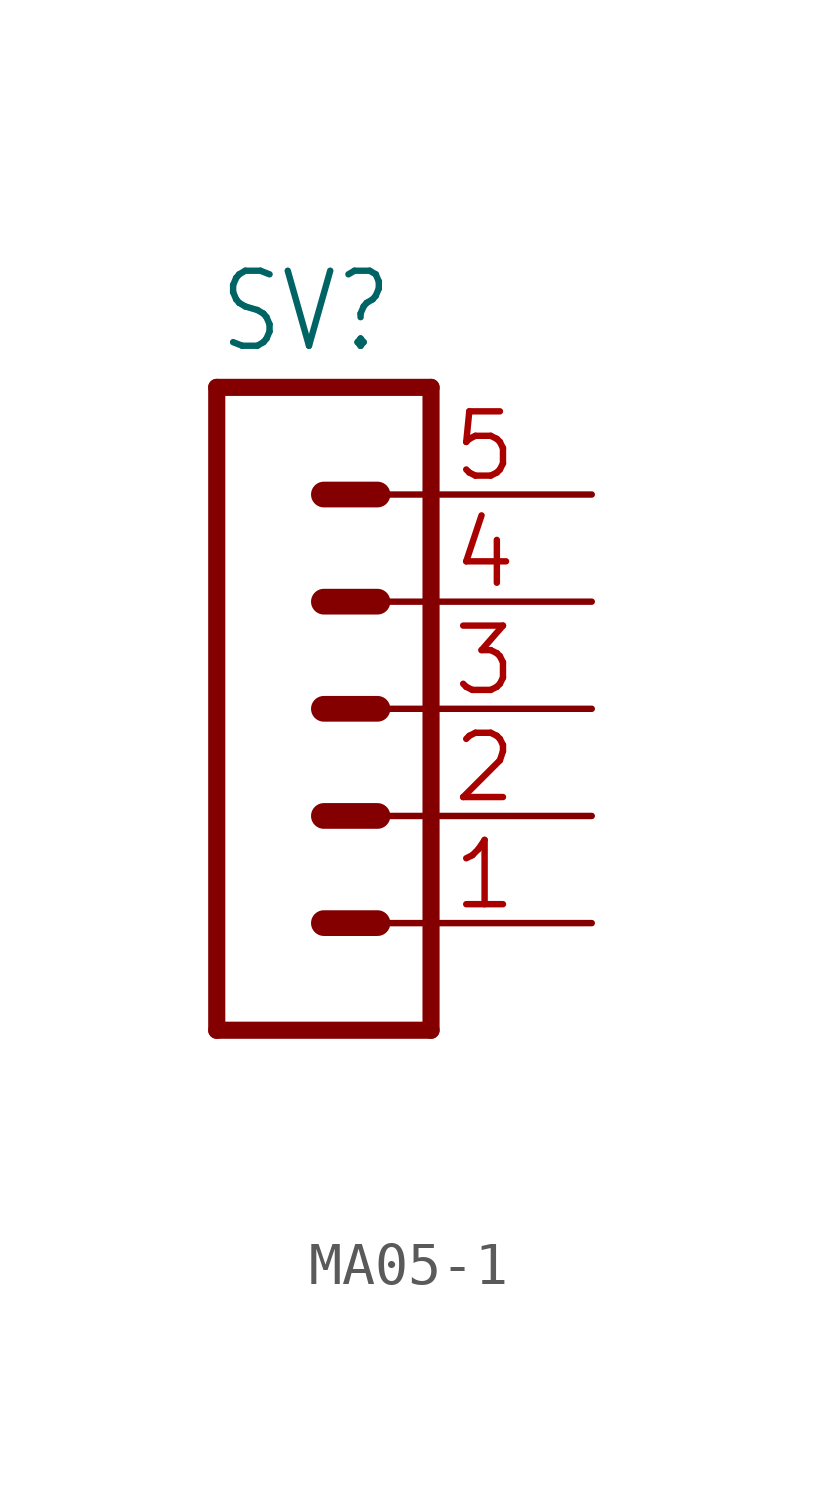
<source format=kicad_sym>
(kicad_symbol_lib
  (version 20241209)
  (generator "kicad_symbol_editor")
  (generator_version "9.0")
  (symbol "MA05-1"
    (property "Reference" "SV"
      (at -1.27 8.382 0)
      (effects (font (size 1.778 1.511)) (justify left bottom)))
    (property "Value" ""
      (at -1.27 -10.16 0)
      (effects (font (size 1.778 1.511)) (justify left bottom)))
    (property "ki_locked" ""
      (at 0 0 0)
      (effects (font (size 1.27 1.27))))
    (symbol "MA05-1_1_0"
      (polyline (pts (xy -1.27 7.62) (xy -1.27 -7.62)) (stroke (width 0.406) (type solid)) (fill (type none)))
      (polyline (pts (xy -1.27 7.62) (xy 3.81 7.62)) (stroke (width 0.406) (type solid)) (fill (type none)))
      (polyline (pts (xy 1.27 5.08) (xy 2.54 5.08)) (stroke (width 0.61) (type solid)) (fill (type none)))
      (polyline (pts (xy 1.27 2.54) (xy 2.54 2.54)) (stroke (width 0.61) (type solid)) (fill (type none)))
      (polyline (pts (xy 1.27 0) (xy 2.54 0)) (stroke (width 0.61) (type solid)) (fill (type none)))
      (polyline (pts (xy 1.27 -2.54) (xy 2.54 -2.54)) (stroke (width 0.61) (type solid)) (fill (type none)))
      (polyline (pts (xy 1.27 -5.08) (xy 2.54 -5.08)) (stroke (width 0.61) (type solid)) (fill (type none)))
      (polyline (pts (xy 3.81 -7.62) (xy -1.27 -7.62)) (stroke (width 0.406) (type solid)) (fill (type none)))
      (polyline (pts (xy 3.81 -7.62) (xy 3.81 7.62)) (stroke (width 0.406) (type solid)) (fill (type none)))
      (pin passive line (at 7.62 5.08 180) (length 5.08) (name "5" (effects (font (size 0 0)))) (number "5" (effects (font (size 1.524 1.524)))))
      (pin passive line (at 7.62 2.54 180) (length 5.08) (name "4" (effects (font (size 0 0)))) (number "4" (effects (font (size 1.524 1.524)))))
      (pin passive line (at 7.62 0 180) (length 5.08) (name "3" (effects (font (size 0 0)))) (number "3" (effects (font (size 1.524 1.524)))))
      (pin passive line (at 7.62 -2.54 180) (length 5.08) (name "2" (effects (font (size 0 0)))) (number "2" (effects (font (size 1.524 1.524)))))
      (pin passive line (at 7.62 -5.08 180) (length 5.08) (name "1" (effects (font (size 0 0)))) (number "1" (effects (font (size 1.524 1.524))))))))
</source>
